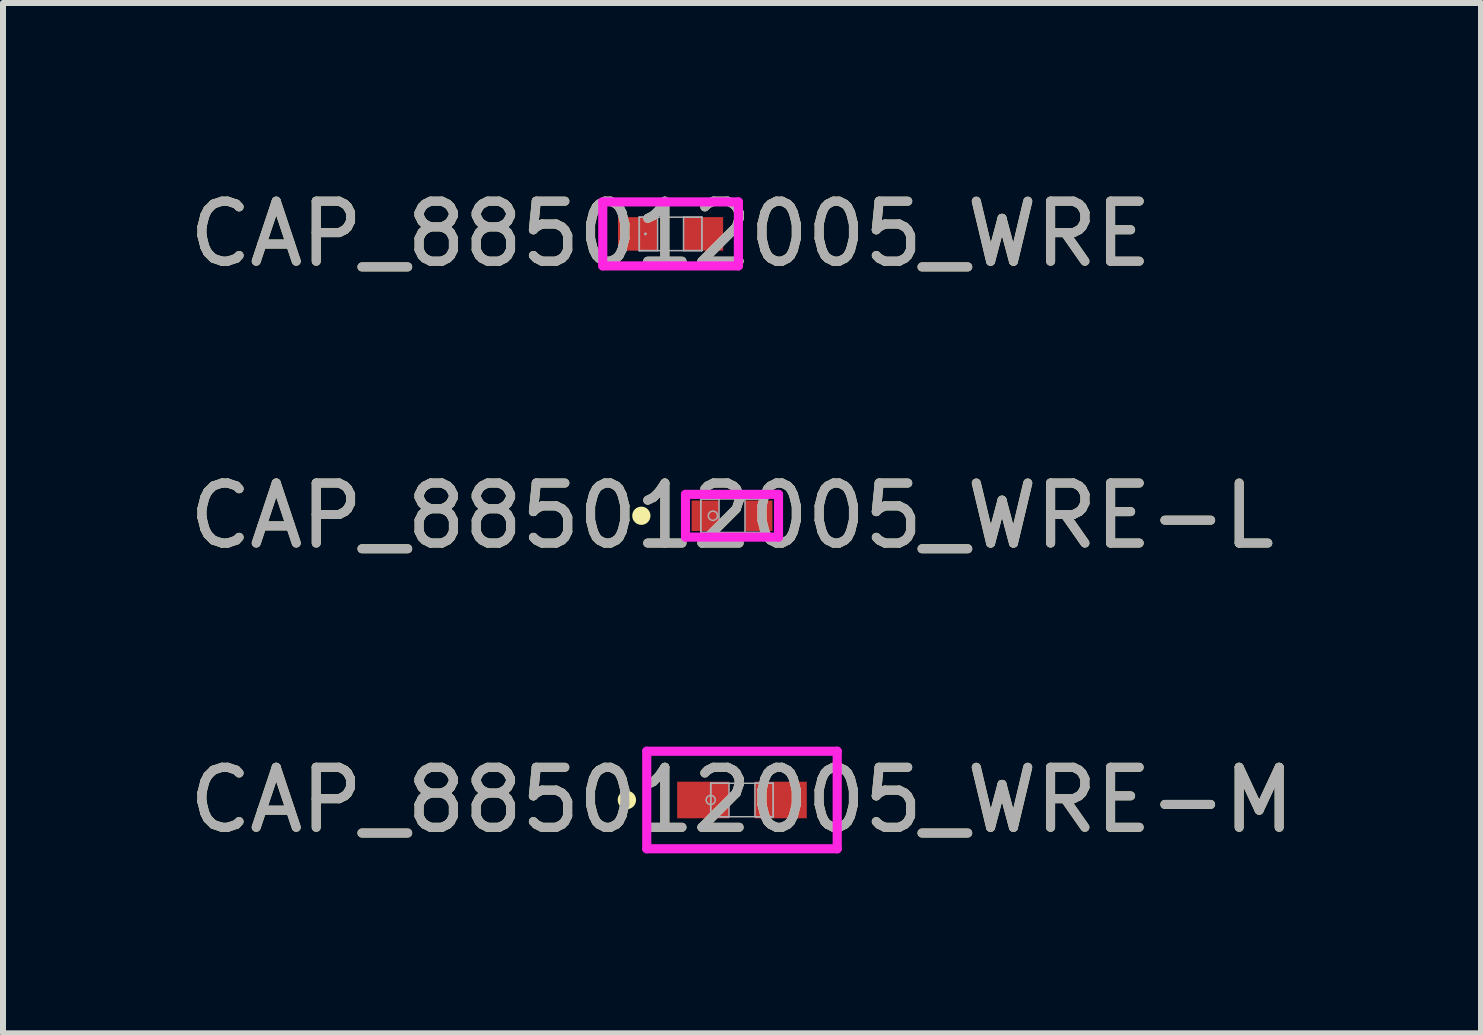
<source format=kicad_pcb>
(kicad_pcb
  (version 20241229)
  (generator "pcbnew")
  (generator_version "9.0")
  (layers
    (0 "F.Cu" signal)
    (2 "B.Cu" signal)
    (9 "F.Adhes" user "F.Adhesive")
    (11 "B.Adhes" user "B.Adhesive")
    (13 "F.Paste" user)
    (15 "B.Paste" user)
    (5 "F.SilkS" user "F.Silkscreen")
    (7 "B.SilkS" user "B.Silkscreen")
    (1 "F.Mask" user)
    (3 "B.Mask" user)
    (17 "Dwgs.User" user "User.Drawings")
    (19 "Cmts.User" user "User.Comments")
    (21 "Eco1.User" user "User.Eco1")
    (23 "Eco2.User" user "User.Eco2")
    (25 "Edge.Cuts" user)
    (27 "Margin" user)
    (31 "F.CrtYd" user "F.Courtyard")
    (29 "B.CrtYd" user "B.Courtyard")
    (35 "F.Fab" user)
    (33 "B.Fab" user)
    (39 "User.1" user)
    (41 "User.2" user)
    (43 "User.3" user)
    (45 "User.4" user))
  (footprint "CAP_885012005_WRE-L"
    (layer "F.Cu")
    (at 9.149 5.545)
    (property "Reference" "CAP_885012005_WRE-L" (at 0 0 0) (unlocked yes) (layer "F.SilkS") (effects (font (size 1 1) (thickness 0.15))))
    (attr smd)
    (fp_circle (center -1.511 0) (end -1.435 0) (stroke (width 0.152) (type solid)) (fill no) (layer "F.SilkS"))
    (fp_line (start -0.775 -0.356) (end 0.775 -0.356) (stroke (width 0.152) (type solid)) (layer "F.CrtYd"))
    (fp_line (start -0.775 0.356) (end -0.775 -0.356) (stroke (width 0.152) (type solid)) (layer "F.CrtYd"))
    (fp_line (start 0.775 -0.356) (end 0.775 0.356) (stroke (width 0.152) (type solid)) (layer "F.CrtYd"))
    (fp_line (start 0.775 0.356) (end -0.775 0.356) (stroke (width 0.152) (type solid)) (layer "F.CrtYd"))
    (fp_line (start -0.521 -0.279) (end -0.521 0.279) (stroke (width 0.025) (type solid)) (layer "F.Fab"))
    (fp_line (start -0.521 -0.279) (end -0.521 0.279) (stroke (width 0.025) (type solid)) (layer "F.Fab"))
    (fp_line (start -0.521 0.279) (end -0.216 0.279) (stroke (width 0.025) (type solid)) (layer "F.Fab"))
    (fp_line (start -0.521 0.279) (end 0.521 0.279) (stroke (width 0.025) (type solid)) (layer "F.Fab"))
    (fp_line (start -0.216 -0.279) (end -0.521 -0.279) (stroke (width 0.025) (type solid)) (layer "F.Fab"))
    (fp_line (start -0.216 0.279) (end -0.216 -0.279) (stroke (width 0.025) (type solid)) (layer "F.Fab"))
    (fp_line (start 0.216 -0.279) (end 0.216 0.279) (stroke (width 0.025) (type solid)) (layer "F.Fab"))
    (fp_line (start 0.216 0.279) (end 0.521 0.279) (stroke (width 0.025) (type solid)) (layer "F.Fab"))
    (fp_line (start 0.521 -0.279) (end -0.521 -0.279) (stroke (width 0.025) (type solid)) (layer "F.Fab"))
    (fp_line (start 0.521 -0.279) (end 0.216 -0.279) (stroke (width 0.025) (type solid)) (layer "F.Fab"))
    (fp_line (start 0.521 0.279) (end 0.521 -0.279) (stroke (width 0.025) (type solid)) (layer "F.Fab"))
    (fp_line (start 0.521 0.279) (end 0.521 -0.279) (stroke (width 0.025) (type solid)) (layer "F.Fab"))
    (fp_circle (center -0.318 0) (end -0.241 0) (stroke (width 0.025) (type solid)) (fill no) (layer "F.Fab"))
    (fp_text user "${REFERENCE}" (at 0 0 0) (unlocked yes) (layer "F.Fab") (effects (font (size 1 1) (thickness 0.15))))
    (pad "1" smd rect (at -0.445 0) (size 0.457 0.508) (layers "F.Cu" "F.Mask" "F.Paste"))
    (pad "2" smd rect (at 0.445 0) (size 0.457 0.508) (layers "F.Cu" "F.Mask" "F.Paste"))
    (zone (net_name "") (layer "F.Cu") (hatch full 0.508) (connect_pads) (min_thickness 0.254) (filled_areas_thickness no) (keepout (tracks not_allowed) (vias not_allowed) (pads allowed) (copperpour not_allowed) (footprints allowed)) (placement (enabled no)) (fill) (polygon (pts (xy 8.984 5.316) (xy 9.314 5.316) (xy 9.314 5.773) (xy 8.984 5.773)))))
  (footprint "CAP_885012005_WRE"
    (layer "F.Cu")
    (at 8.125 0.848)
    (property "Reference" "CAP_885012005_WRE" (at 0 0 0) (unlocked yes) (layer "F.SilkS") (effects (font (size 1 1) (thickness 0.15))))
    (attr smd)
    (fp_line (start -1.13 -0.533) (end 1.13 -0.533) (stroke (width 0.152) (type solid)) (layer "F.CrtYd"))
    (fp_line (start -1.13 0.533) (end -1.13 -0.533) (stroke (width 0.152) (type solid)) (layer "F.CrtYd"))
    (fp_line (start 1.13 -0.533) (end 1.13 0.533) (stroke (width 0.152) (type solid)) (layer "F.CrtYd"))
    (fp_line (start 1.13 0.533) (end -1.13 0.533) (stroke (width 0.152) (type solid)) (layer "F.CrtYd"))
    (fp_line (start -0.521 -0.279) (end -0.521 0.279) (stroke (width 0.025) (type solid)) (layer "F.Fab"))
    (fp_line (start -0.521 -0.279) (end -0.521 0.279) (stroke (width 0.025) (type solid)) (layer "F.Fab"))
    (fp_line (start -0.521 0.279) (end -0.216 0.279) (stroke (width 0.025) (type solid)) (layer "F.Fab"))
    (fp_line (start -0.521 0.279) (end 0.521 0.279) (stroke (width 0.025) (type solid)) (layer "F.Fab"))
    (fp_line (start -0.216 -0.279) (end -0.521 -0.279) (stroke (width 0.025) (type solid)) (layer "F.Fab"))
    (fp_line (start -0.216 0.279) (end -0.216 -0.279) (stroke (width 0.025) (type solid)) (layer "F.Fab"))
    (fp_line (start 0.216 -0.279) (end 0.216 0.279) (stroke (width 0.025) (type solid)) (layer "F.Fab"))
    (fp_line (start 0.216 0.279) (end 0.521 0.279) (stroke (width 0.025) (type solid)) (layer "F.Fab"))
    (fp_line (start 0.521 -0.279) (end -0.521 -0.279) (stroke (width 0.025) (type solid)) (layer "F.Fab"))
    (fp_line (start 0.521 -0.279) (end 0.216 -0.279) (stroke (width 0.025) (type solid)) (layer "F.Fab"))
    (fp_line (start 0.521 0.279) (end 0.521 -0.279) (stroke (width 0.025) (type solid)) (layer "F.Fab"))
    (fp_line (start 0.521 0.279) (end 0.521 -0.279) (stroke (width 0.025) (type solid)) (layer "F.Fab"))
    (fp_circle (center -0.419 0) (end -0.419 0) (stroke (width 0.025) (type solid)) (fill no) (layer "F.Fab"))
    (fp_text user "${REFERENCE}" (at 0 0 0) (unlocked yes) (layer "F.Fab") (effects (font (size 1 1) (thickness 0.15))))
    (pad "1" smd rect (at -0.546 0) (size 0.66 0.559) (layers "F.Cu" "F.Mask" "F.Paste"))
    (pad "2" smd rect (at 0.546 0) (size 0.66 0.559) (layers "F.Cu" "F.Mask" "F.Paste"))
    (zone (net_name "") (layer "F.Cu") (hatch full 0.508) (connect_pads) (min_thickness 0.254) (filled_areas_thickness no) (keepout (tracks not_allowed) (vias not_allowed) (pads allowed) (copperpour not_allowed) (footprints allowed)) (placement (enabled no)) (fill) (polygon (pts (xy 7.96 0.62) (xy 8.29 0.62) (xy 8.29 1.077) (xy 7.96 1.077)))))
  (footprint "CAP_885012005_WRE-M"
    (layer "F.Cu")
    (at 9.315 10.282)
    (property "Reference" "CAP_885012005_WRE-M" (at 0 0 0) (unlocked yes) (layer "F.SilkS") (effects (font (size 1 1) (thickness 0.15))))
    (attr smd)
    (fp_circle (center -1.918 0) (end -1.841 0) (stroke (width 0.152) (type solid)) (fill no) (layer "F.SilkS"))
    (fp_line (start -1.587 -0.813) (end 1.587 -0.813) (stroke (width 0.152) (type solid)) (layer "F.CrtYd"))
    (fp_line (start -1.587 0.813) (end -1.587 -0.813) (stroke (width 0.152) (type solid)) (layer "F.CrtYd"))
    (fp_line (start 1.587 -0.813) (end 1.587 0.813) (stroke (width 0.152) (type solid)) (layer "F.CrtYd"))
    (fp_line (start 1.587 0.813) (end -1.587 0.813) (stroke (width 0.152) (type solid)) (layer "F.CrtYd"))
    (fp_line (start -0.521 -0.279) (end -0.521 0.279) (stroke (width 0.025) (type solid)) (layer "F.Fab"))
    (fp_line (start -0.521 -0.279) (end -0.521 0.279) (stroke (width 0.025) (type solid)) (layer "F.Fab"))
    (fp_line (start -0.521 0.279) (end -0.216 0.279) (stroke (width 0.025) (type solid)) (layer "F.Fab"))
    (fp_line (start -0.521 0.279) (end 0.521 0.279) (stroke (width 0.025) (type solid)) (layer "F.Fab"))
    (fp_line (start -0.216 -0.279) (end -0.521 -0.279) (stroke (width 0.025) (type solid)) (layer "F.Fab"))
    (fp_line (start -0.216 0.279) (end -0.216 -0.279) (stroke (width 0.025) (type solid)) (layer "F.Fab"))
    (fp_line (start 0.216 -0.279) (end 0.216 0.279) (stroke (width 0.025) (type solid)) (layer "F.Fab"))
    (fp_line (start 0.216 0.279) (end 0.521 0.279) (stroke (width 0.025) (type solid)) (layer "F.Fab"))
    (fp_line (start 0.521 -0.279) (end -0.521 -0.279) (stroke (width 0.025) (type solid)) (layer "F.Fab"))
    (fp_line (start 0.521 -0.279) (end 0.216 -0.279) (stroke (width 0.025) (type solid)) (layer "F.Fab"))
    (fp_line (start 0.521 0.279) (end 0.521 -0.279) (stroke (width 0.025) (type solid)) (layer "F.Fab"))
    (fp_line (start 0.521 0.279) (end 0.521 -0.279) (stroke (width 0.025) (type solid)) (layer "F.Fab"))
    (fp_circle (center -0.521 0) (end -0.445 0) (stroke (width 0.025) (type solid)) (fill no) (layer "F.Fab"))
    (fp_text user "${REFERENCE}" (at 0 0 0) (unlocked yes) (layer "F.Fab") (effects (font (size 1 1) (thickness 0.15))))
    (pad "1" smd rect (at -0.648 0) (size 0.864 0.61) (layers "F.Cu" "F.Mask" "F.Paste"))
    (pad "2" smd rect (at 0.648 0) (size 0.864 0.61) (layers "F.Cu" "F.Mask" "F.Paste"))
    (zone (net_name "") (layer "F.Cu") (hatch full 0.508) (connect_pads) (min_thickness 0.254) (filled_areas_thickness no) (keepout (tracks not_allowed) (vias not_allowed) (pads allowed) (copperpour not_allowed) (footprints allowed)) (placement (enabled no)) (fill) (polygon (pts (xy 9.15 10.053) (xy 9.481 10.053) (xy 9.481 10.511) (xy 9.15 10.511)))))
  (gr_rect
    (start -3 -3)
    (end 21.631 14.171)
    (stroke (width 0.1) (type default))
    (fill no)
    (layer "Edge.Cuts")))
</source>
